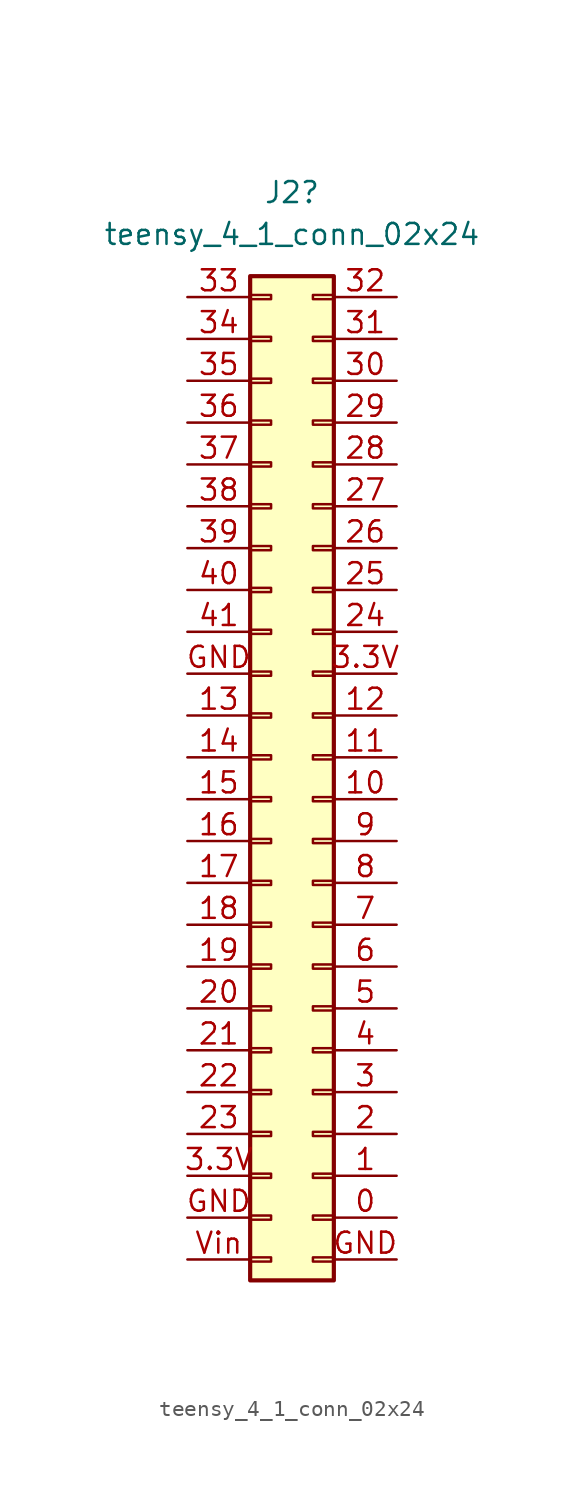
<source format=kicad_sym>
(kicad_symbol_lib
  (version 20220914)
  (generator kicad_symbol_editor)
  (symbol "teensy_4_1_conn_02x24"
    (pin_names
      (offset 1.016) hide)
    (property "Reference" "J2"
      (at 1.27 34.29 0)
      (effects (font (size 1.27 1.27))))
    (property "Value" "teensy_4_1_conn_02x24"
      (at 1.27 31.75 0)
      (effects (font (size 1.27 1.27))))
    (symbol "teensy_4_1_conn_02x24_1_1"
      (rectangle (start -1.27 -30.353) (end 0 -30.607) (stroke (width 0.152) (type default)) (fill (type none)))
      (rectangle (start -1.27 -27.813) (end 0 -28.067) (stroke (width 0.152) (type default)) (fill (type none)))
      (rectangle (start -1.27 -25.273) (end 0 -25.527) (stroke (width 0.152) (type default)) (fill (type none)))
      (rectangle (start -1.27 -22.733) (end 0 -22.987) (stroke (width 0.152) (type default)) (fill (type none)))
      (rectangle (start -1.27 -20.193) (end 0 -20.447) (stroke (width 0.152) (type default)) (fill (type none)))
      (rectangle (start -1.27 -17.653) (end 0 -17.907) (stroke (width 0.152) (type default)) (fill (type none)))
      (rectangle (start -1.27 -15.113) (end 0 -15.367) (stroke (width 0.152) (type default)) (fill (type none)))
      (rectangle (start -1.27 -12.573) (end 0 -12.827) (stroke (width 0.152) (type default)) (fill (type none)))
      (rectangle (start -1.27 -10.033) (end 0 -10.287) (stroke (width 0.152) (type default)) (fill (type none)))
      (rectangle (start -1.27 -7.493) (end 0 -7.747) (stroke (width 0.152) (type default)) (fill (type none)))
      (rectangle (start -1.27 -4.953) (end 0 -5.207) (stroke (width 0.152) (type default)) (fill (type none)))
      (rectangle (start -1.27 -2.413) (end 0 -2.667) (stroke (width 0.152) (type default)) (fill (type none)))
      (rectangle (start -1.27 0.127) (end 0 -0.127) (stroke (width 0.152) (type default)) (fill (type none)))
      (rectangle (start -1.27 2.667) (end 0 2.413) (stroke (width 0.152) (type default)) (fill (type none)))
      (rectangle (start -1.27 5.207) (end 0 4.953) (stroke (width 0.152) (type default)) (fill (type none)))
      (rectangle (start -1.27 7.747) (end 0 7.493) (stroke (width 0.152) (type default)) (fill (type none)))
      (rectangle (start -1.27 10.287) (end 0 10.033) (stroke (width 0.152) (type default)) (fill (type none)))
      (rectangle (start -1.27 12.827) (end 0 12.573) (stroke (width 0.152) (type default)) (fill (type none)))
      (rectangle (start -1.27 15.367) (end 0 15.113) (stroke (width 0.152) (type default)) (fill (type none)))
      (rectangle (start -1.27 17.907) (end 0 17.653) (stroke (width 0.152) (type default)) (fill (type none)))
      (rectangle (start -1.27 20.447) (end 0 20.193) (stroke (width 0.152) (type default)) (fill (type none)))
      (rectangle (start -1.27 22.987) (end 0 22.733) (stroke (width 0.152) (type default)) (fill (type none)))
      (rectangle (start -1.27 25.527) (end 0 25.273) (stroke (width 0.152) (type default)) (fill (type none)))
      (rectangle (start -1.27 28.067) (end 0 27.813) (stroke (width 0.152) (type default)) (fill (type none)))
      (rectangle (start -1.27 29.21) (end 3.81 -31.75) (stroke (width 0.254) (type default)) (fill (type background)))
      (rectangle (start 3.81 -30.353) (end 2.54 -30.607) (stroke (width 0.152) (type default)) (fill (type none)))
      (rectangle (start 3.81 -27.813) (end 2.54 -28.067) (stroke (width 0.152) (type default)) (fill (type none)))
      (rectangle (start 3.81 -25.273) (end 2.54 -25.527) (stroke (width 0.152) (type default)) (fill (type none)))
      (rectangle (start 3.81 -22.733) (end 2.54 -22.987) (stroke (width 0.152) (type default)) (fill (type none)))
      (rectangle (start 3.81 -20.193) (end 2.54 -20.447) (stroke (width 0.152) (type default)) (fill (type none)))
      (rectangle (start 3.81 -17.653) (end 2.54 -17.907) (stroke (width 0.152) (type default)) (fill (type none)))
      (rectangle (start 3.81 -15.113) (end 2.54 -15.367) (stroke (width 0.152) (type default)) (fill (type none)))
      (rectangle (start 3.81 -12.573) (end 2.54 -12.827) (stroke (width 0.152) (type default)) (fill (type none)))
      (rectangle (start 3.81 -10.033) (end 2.54 -10.287) (stroke (width 0.152) (type default)) (fill (type none)))
      (rectangle (start 3.81 -7.493) (end 2.54 -7.747) (stroke (width 0.152) (type default)) (fill (type none)))
      (rectangle (start 3.81 -4.953) (end 2.54 -5.207) (stroke (width 0.152) (type default)) (fill (type none)))
      (rectangle (start 3.81 -2.413) (end 2.54 -2.667) (stroke (width 0.152) (type default)) (fill (type none)))
      (rectangle (start 3.81 0.127) (end 2.54 -0.127) (stroke (width 0.152) (type default)) (fill (type none)))
      (rectangle (start 3.81 2.667) (end 2.54 2.413) (stroke (width 0.152) (type default)) (fill (type none)))
      (rectangle (start 3.81 5.207) (end 2.54 4.953) (stroke (width 0.152) (type default)) (fill (type none)))
      (rectangle (start 3.81 7.747) (end 2.54 7.493) (stroke (width 0.152) (type default)) (fill (type none)))
      (rectangle (start 3.81 10.287) (end 2.54 10.033) (stroke (width 0.152) (type default)) (fill (type none)))
      (rectangle (start 3.81 12.827) (end 2.54 12.573) (stroke (width 0.152) (type default)) (fill (type none)))
      (rectangle (start 3.81 15.367) (end 2.54 15.113) (stroke (width 0.152) (type default)) (fill (type none)))
      (rectangle (start 3.81 17.907) (end 2.54 17.653) (stroke (width 0.152) (type default)) (fill (type none)))
      (rectangle (start 3.81 20.447) (end 2.54 20.193) (stroke (width 0.152) (type default)) (fill (type none)))
      (rectangle (start 3.81 22.987) (end 2.54 22.733) (stroke (width 0.152) (type default)) (fill (type none)))
      (rectangle (start 3.81 25.527) (end 2.54 25.273) (stroke (width 0.152) (type default)) (fill (type none)))
      (rectangle (start 3.81 28.067) (end 2.54 27.813) (stroke (width 0.152) (type default)) (fill (type none)))
      (pin passive line (at 7.62 -27.94 180) (length 3.81) (name "Pin_0" (effects (font (size 1.27 1.27)))) (number "0" (effects (font (size 1.27 1.27)))))
      (pin passive line (at 7.62 -25.4 180) (length 3.81) (name "Pin_1" (effects (font (size 1.27 1.27)))) (number "1" (effects (font (size 1.27 1.27)))))
      (pin passive line (at 7.62 -2.54 180) (length 3.81) (name "Pin_10" (effects (font (size 1.27 1.27)))) (number "10" (effects (font (size 1.27 1.27)))))
      (pin passive line (at 7.62 0 180) (length 3.81) (name "Pin_11" (effects (font (size 1.27 1.27)))) (number "11" (effects (font (size 1.27 1.27)))))
      (pin passive line (at 7.62 2.54 180) (length 3.81) (name "Pin_12" (effects (font (size 1.27 1.27)))) (number "12" (effects (font (size 1.27 1.27)))))
      (pin passive line (at -5.08 2.54 0) (length 3.81) (name "Pin_13" (effects (font (size 1.27 1.27)))) (number "13" (effects (font (size 1.27 1.27)))))
      (pin passive line (at -5.08 0 0) (length 3.81) (name "Pin_14" (effects (font (size 1.27 1.27)))) (number "14" (effects (font (size 1.27 1.27)))))
      (pin passive line (at -5.08 -2.54 0) (length 3.81) (name "Pin_15" (effects (font (size 1.27 1.27)))) (number "15" (effects (font (size 1.27 1.27)))))
      (pin passive line (at -5.08 -5.08 0) (length 3.81) (name "Pin_16" (effects (font (size 1.27 1.27)))) (number "16" (effects (font (size 1.27 1.27)))))
      (pin passive line (at -5.08 -7.62 0) (length 3.81) (name "Pin_17" (effects (font (size 1.27 1.27)))) (number "17" (effects (font (size 1.27 1.27)))))
      (pin passive line (at -5.08 -10.16 0) (length 3.81) (name "Pin_18" (effects (font (size 1.27 1.27)))) (number "18" (effects (font (size 1.27 1.27)))))
      (pin passive line (at -5.08 -12.7 0) (length 3.81) (name "Pin_19" (effects (font (size 1.27 1.27)))) (number "19" (effects (font (size 1.27 1.27)))))
      (pin passive line (at 7.62 -22.86 180) (length 3.81) (name "Pin_2" (effects (font (size 1.27 1.27)))) (number "2" (effects (font (size 1.27 1.27)))))
      (pin passive line (at -5.08 -15.24 0) (length 3.81) (name "Pin_20" (effects (font (size 1.27 1.27)))) (number "20" (effects (font (size 1.27 1.27)))))
      (pin passive line (at -5.08 -17.78 0) (length 3.81) (name "Pin_21" (effects (font (size 1.27 1.27)))) (number "21" (effects (font (size 1.27 1.27)))))
      (pin passive line (at -5.08 -20.32 0) (length 3.81) (name "Pin_22" (effects (font (size 1.27 1.27)))) (number "22" (effects (font (size 1.27 1.27)))))
      (pin passive line (at -5.08 -22.86 0) (length 3.81) (name "Pin_23" (effects (font (size 1.27 1.27)))) (number "23" (effects (font (size 1.27 1.27)))))
      (pin passive line (at 7.62 7.62 180) (length 3.81) (name "Pin_24" (effects (font (size 1.27 1.27)))) (number "24" (effects (font (size 1.27 1.27)))))
      (pin passive line (at 7.62 10.16 180) (length 3.81) (name "Pin_25" (effects (font (size 1.27 1.27)))) (number "25" (effects (font (size 1.27 1.27)))))
      (pin passive line (at 7.62 12.7 180) (length 3.81) (name "Pin_26" (effects (font (size 1.27 1.27)))) (number "26" (effects (font (size 1.27 1.27)))))
      (pin passive line (at 7.62 15.24 180) (length 3.81) (name "Pin_27" (effects (font (size 1.27 1.27)))) (number "27" (effects (font (size 1.27 1.27)))))
      (pin passive line (at 7.62 17.78 180) (length 3.81) (name "Pin_28" (effects (font (size 1.27 1.27)))) (number "28" (effects (font (size 1.27 1.27)))))
      (pin passive line (at 7.62 20.32 180) (length 3.81) (name "Pin_29" (effects (font (size 1.27 1.27)))) (number "29" (effects (font (size 1.27 1.27)))))
      (pin passive line (at 7.62 -20.32 180) (length 3.81) (name "Pin_3" (effects (font (size 1.27 1.27)))) (number "3" (effects (font (size 1.27 1.27)))))
      (pin passive line (at -5.08 -25.4 0) (length 3.81) (name "Pin_3.3V" (effects (font (size 1.27 1.27)))) (number "3.3V" (effects (font (size 1.27 1.27)))))
      (pin passive line (at 7.62 5.08 180) (length 3.81) (name "Pin_3.3V" (effects (font (size 1.27 1.27)))) (number "3.3V" (effects (font (size 1.27 1.27)))))
      (pin passive line (at 7.62 22.86 180) (length 3.81) (name "Pin_30" (effects (font (size 1.27 1.27)))) (number "30" (effects (font (size 1.27 1.27)))))
      (pin passive line (at 7.62 25.4 180) (length 3.81) (name "Pin_31" (effects (font (size 1.27 1.27)))) (number "31" (effects (font (size 1.27 1.27)))))
      (pin passive line (at 7.62 27.94 180) (length 3.81) (name "Pin_32" (effects (font (size 1.27 1.27)))) (number "32" (effects (font (size 1.27 1.27)))))
      (pin passive line (at -5.08 27.94 0) (length 3.81) (name "Pin_33" (effects (font (size 1.27 1.27)))) (number "33" (effects (font (size 1.27 1.27)))))
      (pin passive line (at -5.08 25.4 0) (length 3.81) (name "Pin_34" (effects (font (size 1.27 1.27)))) (number "34" (effects (font (size 1.27 1.27)))))
      (pin passive line (at -5.08 22.86 0) (length 3.81) (name "Pin_35" (effects (font (size 1.27 1.27)))) (number "35" (effects (font (size 1.27 1.27)))))
      (pin passive line (at -5.08 20.32 0) (length 3.81) (name "Pin_36" (effects (font (size 1.27 1.27)))) (number "36" (effects (font (size 1.27 1.27)))))
      (pin passive line (at -5.08 17.78 0) (length 3.81) (name "Pin_37" (effects (font (size 1.27 1.27)))) (number "37" (effects (font (size 1.27 1.27)))))
      (pin passive line (at -5.08 15.24 0) (length 3.81) (name "Pin_38" (effects (font (size 1.27 1.27)))) (number "38" (effects (font (size 1.27 1.27)))))
      (pin passive line (at -5.08 12.7 0) (length 3.81) (name "Pin_39" (effects (font (size 1.27 1.27)))) (number "39" (effects (font (size 1.27 1.27)))))
      (pin passive line (at 7.62 -17.78 180) (length 3.81) (name "Pin_4" (effects (font (size 1.27 1.27)))) (number "4" (effects (font (size 1.27 1.27)))))
      (pin passive line (at -5.08 10.16 0) (length 3.81) (name "Pin_40" (effects (font (size 1.27 1.27)))) (number "40" (effects (font (size 1.27 1.27)))))
      (pin passive line (at -5.08 7.62 0) (length 3.81) (name "Pin_41" (effects (font (size 1.27 1.27)))) (number "41" (effects (font (size 1.27 1.27)))))
      (pin passive line (at 7.62 -15.24 180) (length 3.81) (name "Pin_5" (effects (font (size 1.27 1.27)))) (number "5" (effects (font (size 1.27 1.27)))))
      (pin passive line (at 7.62 -12.7 180) (length 3.81) (name "Pin_6" (effects (font (size 1.27 1.27)))) (number "6" (effects (font (size 1.27 1.27)))))
      (pin passive line (at 7.62 -10.16 180) (length 3.81) (name "Pin_7" (effects (font (size 1.27 1.27)))) (number "7" (effects (font (size 1.27 1.27)))))
      (pin passive line (at 7.62 -7.62 180) (length 3.81) (name "Pin_8" (effects (font (size 1.27 1.27)))) (number "8" (effects (font (size 1.27 1.27)))))
      (pin passive line (at 7.62 -5.08 180) (length 3.81) (name "Pin_9" (effects (font (size 1.27 1.27)))) (number "9" (effects (font (size 1.27 1.27)))))
      (pin passive line (at -5.08 -27.94 0) (length 3.81) (name "Pin_GND" (effects (font (size 1.27 1.27)))) (number "GND" (effects (font (size 1.27 1.27)))))
      (pin passive line (at -5.08 5.08 0) (length 3.81) (name "Pin_GND" (effects (font (size 1.27 1.27)))) (number "GND" (effects (font (size 1.27 1.27)))))
      (pin passive line (at 7.62 -30.48 180) (length 3.81) (name "Pin_GND" (effects (font (size 1.27 1.27)))) (number "GND" (effects (font (size 1.27 1.27)))))
      (pin passive line (at -5.08 -30.48 0) (length 3.81) (name "Pin_Vin" (effects (font (size 1.27 1.27)))) (number "Vin" (effects (font (size 1.27 1.27))))))))
</source>
